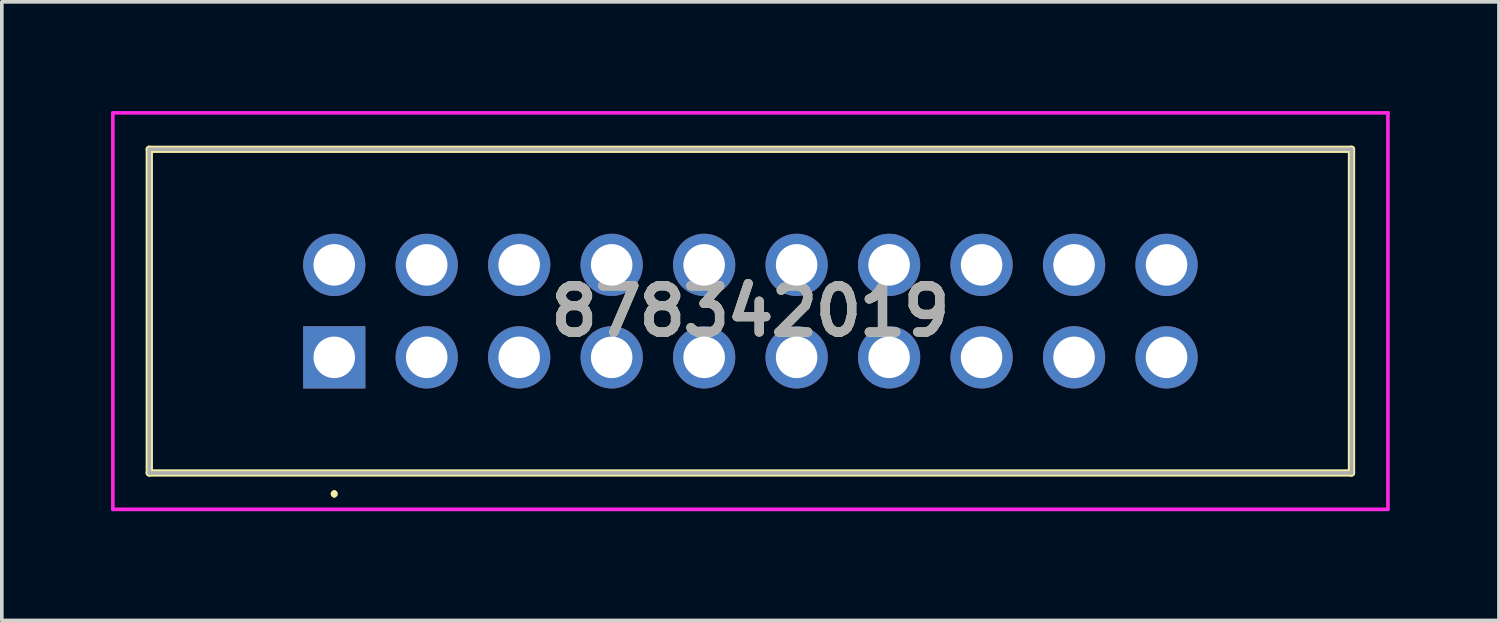
<source format=kicad_pcb>
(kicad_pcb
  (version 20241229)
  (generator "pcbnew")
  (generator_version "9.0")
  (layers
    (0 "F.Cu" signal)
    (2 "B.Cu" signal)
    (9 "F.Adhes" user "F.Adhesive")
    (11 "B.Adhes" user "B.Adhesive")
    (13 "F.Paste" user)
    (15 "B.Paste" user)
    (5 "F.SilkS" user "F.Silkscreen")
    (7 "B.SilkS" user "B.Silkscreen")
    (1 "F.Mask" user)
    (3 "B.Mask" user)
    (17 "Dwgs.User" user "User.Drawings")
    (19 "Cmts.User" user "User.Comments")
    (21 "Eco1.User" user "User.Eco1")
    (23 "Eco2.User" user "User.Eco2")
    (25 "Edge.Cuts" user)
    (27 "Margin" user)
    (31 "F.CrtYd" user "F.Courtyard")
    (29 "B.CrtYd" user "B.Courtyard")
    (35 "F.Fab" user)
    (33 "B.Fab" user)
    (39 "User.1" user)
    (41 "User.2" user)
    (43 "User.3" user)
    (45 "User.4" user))
  (footprint "878342019"
    (layer "F.Cu")
    (at 6.13 6.765)
    (property "Reference" "878342019" (at 11.43 -1.27 0) (layer "F.SilkS") (effects (font (size 1.27 1.27) (thickness 0.254))))
    (attr through_hole)
    (fp_line (start -5.08 -5.715) (end 27.94 -5.715) (stroke (width 0.2) (type solid)) (layer "F.SilkS"))
    (fp_line (start -5.08 3.175) (end -5.08 -5.715) (stroke (width 0.2) (type solid)) (layer "F.SilkS"))
    (fp_line (start 0 3.7) (end 0 3.7) (stroke (width 0.1) (type solid)) (layer "F.SilkS"))
    (fp_line (start 0 3.8) (end 0 3.8) (stroke (width 0.1) (type solid)) (layer "F.SilkS"))
    (fp_line (start 27.94 -5.715) (end 27.94 3.175) (stroke (width 0.2) (type solid)) (layer "F.SilkS"))
    (fp_line (start 27.94 3.175) (end -5.08 3.175) (stroke (width 0.2) (type solid)) (layer "F.SilkS"))
    (fp_arc (start 0 3.7) (mid 0.05 3.75) (end 0 3.8) (stroke (width 0.1) (type solid)) (layer "F.SilkS"))
    (fp_arc (start 0 3.8) (mid -0.05 3.75) (end 0 3.7) (stroke (width 0.1) (type solid)) (layer "F.SilkS"))
    (fp_line (start -6.08 -6.715) (end 28.94 -6.715) (stroke (width 0.1) (type solid)) (layer "F.CrtYd"))
    (fp_line (start -6.08 4.175) (end -6.08 -6.715) (stroke (width 0.1) (type solid)) (layer "F.CrtYd"))
    (fp_line (start 28.94 -6.715) (end 28.94 4.175) (stroke (width 0.1) (type solid)) (layer "F.CrtYd"))
    (fp_line (start 28.94 4.175) (end -6.08 4.175) (stroke (width 0.1) (type solid)) (layer "F.CrtYd"))
    (fp_line (start -5.08 -5.715) (end 27.94 -5.715) (stroke (width 0.1) (type solid)) (layer "F.Fab"))
    (fp_line (start -5.08 3.175) (end -5.08 -5.715) (stroke (width 0.1) (type solid)) (layer "F.Fab"))
    (fp_line (start 27.94 -5.715) (end 27.94 3.175) (stroke (width 0.1) (type solid)) (layer "F.Fab"))
    (fp_line (start 27.94 3.175) (end -5.08 3.175) (stroke (width 0.1) (type solid)) (layer "F.Fab"))
    (fp_text user "${REFERENCE}" (at 11.43 -1.27 0) (layer "F.Fab") (effects (font (size 1.27 1.27) (thickness 0.254))))
    (pad "1" thru_hole rect (at 0 0) (size 1.71 1.71) (drill 1.14) (layers "*.Cu" "*.Mask"))
    (pad "2" thru_hole circle (at 0 -2.54) (size 1.71 1.71) (drill 1.14) (layers "*.Cu" "*.Mask"))
    (pad "3" thru_hole circle (at 2.54 0) (size 1.71 1.71) (drill 1.14) (layers "*.Cu" "*.Mask"))
    (pad "4" thru_hole circle (at 2.54 -2.54) (size 1.71 1.71) (drill 1.14) (layers "*.Cu" "*.Mask"))
    (pad "5" thru_hole circle (at 5.08 0) (size 1.71 1.71) (drill 1.14) (layers "*.Cu" "*.Mask"))
    (pad "6" thru_hole circle (at 5.08 -2.54) (size 1.71 1.71) (drill 1.14) (layers "*.Cu" "*.Mask"))
    (pad "7" thru_hole circle (at 7.62 0) (size 1.71 1.71) (drill 1.14) (layers "*.Cu" "*.Mask"))
    (pad "8" thru_hole circle (at 7.62 -2.54) (size 1.71 1.71) (drill 1.14) (layers "*.Cu" "*.Mask"))
    (pad "9" thru_hole circle (at 10.16 0) (size 1.71 1.71) (drill 1.14) (layers "*.Cu" "*.Mask"))
    (pad "10" thru_hole circle (at 10.16 -2.54) (size 1.71 1.71) (drill 1.14) (layers "*.Cu" "*.Mask"))
    (pad "11" thru_hole circle (at 12.7 0) (size 1.71 1.71) (drill 1.14) (layers "*.Cu" "*.Mask"))
    (pad "12" thru_hole circle (at 12.7 -2.54) (size 1.71 1.71) (drill 1.14) (layers "*.Cu" "*.Mask"))
    (pad "13" thru_hole circle (at 15.24 0) (size 1.71 1.71) (drill 1.14) (layers "*.Cu" "*.Mask"))
    (pad "14" thru_hole circle (at 15.24 -2.54) (size 1.71 1.71) (drill 1.14) (layers "*.Cu" "*.Mask"))
    (pad "15" thru_hole circle (at 17.78 0) (size 1.71 1.71) (drill 1.14) (layers "*.Cu" "*.Mask"))
    (pad "16" thru_hole circle (at 17.78 -2.54) (size 1.71 1.71) (drill 1.14) (layers "*.Cu" "*.Mask"))
    (pad "17" thru_hole circle (at 20.32 0) (size 1.71 1.71) (drill 1.14) (layers "*.Cu" "*.Mask"))
    (pad "18" thru_hole circle (at 20.32 -2.54) (size 1.71 1.71) (drill 1.14) (layers "*.Cu" "*.Mask"))
    (pad "19" thru_hole circle (at 22.86 0) (size 1.71 1.71) (drill 1.14) (layers "*.Cu" "*.Mask"))
    (pad "20" thru_hole circle (at 22.86 -2.54) (size 1.71 1.71) (drill 1.14) (layers "*.Cu" "*.Mask")))
  (gr_rect
    (start -3 -3)
    (end 38.12 13.99)
    (stroke (width 0.1) (type default))
    (fill no)
    (layer "Edge.Cuts")))
</source>
